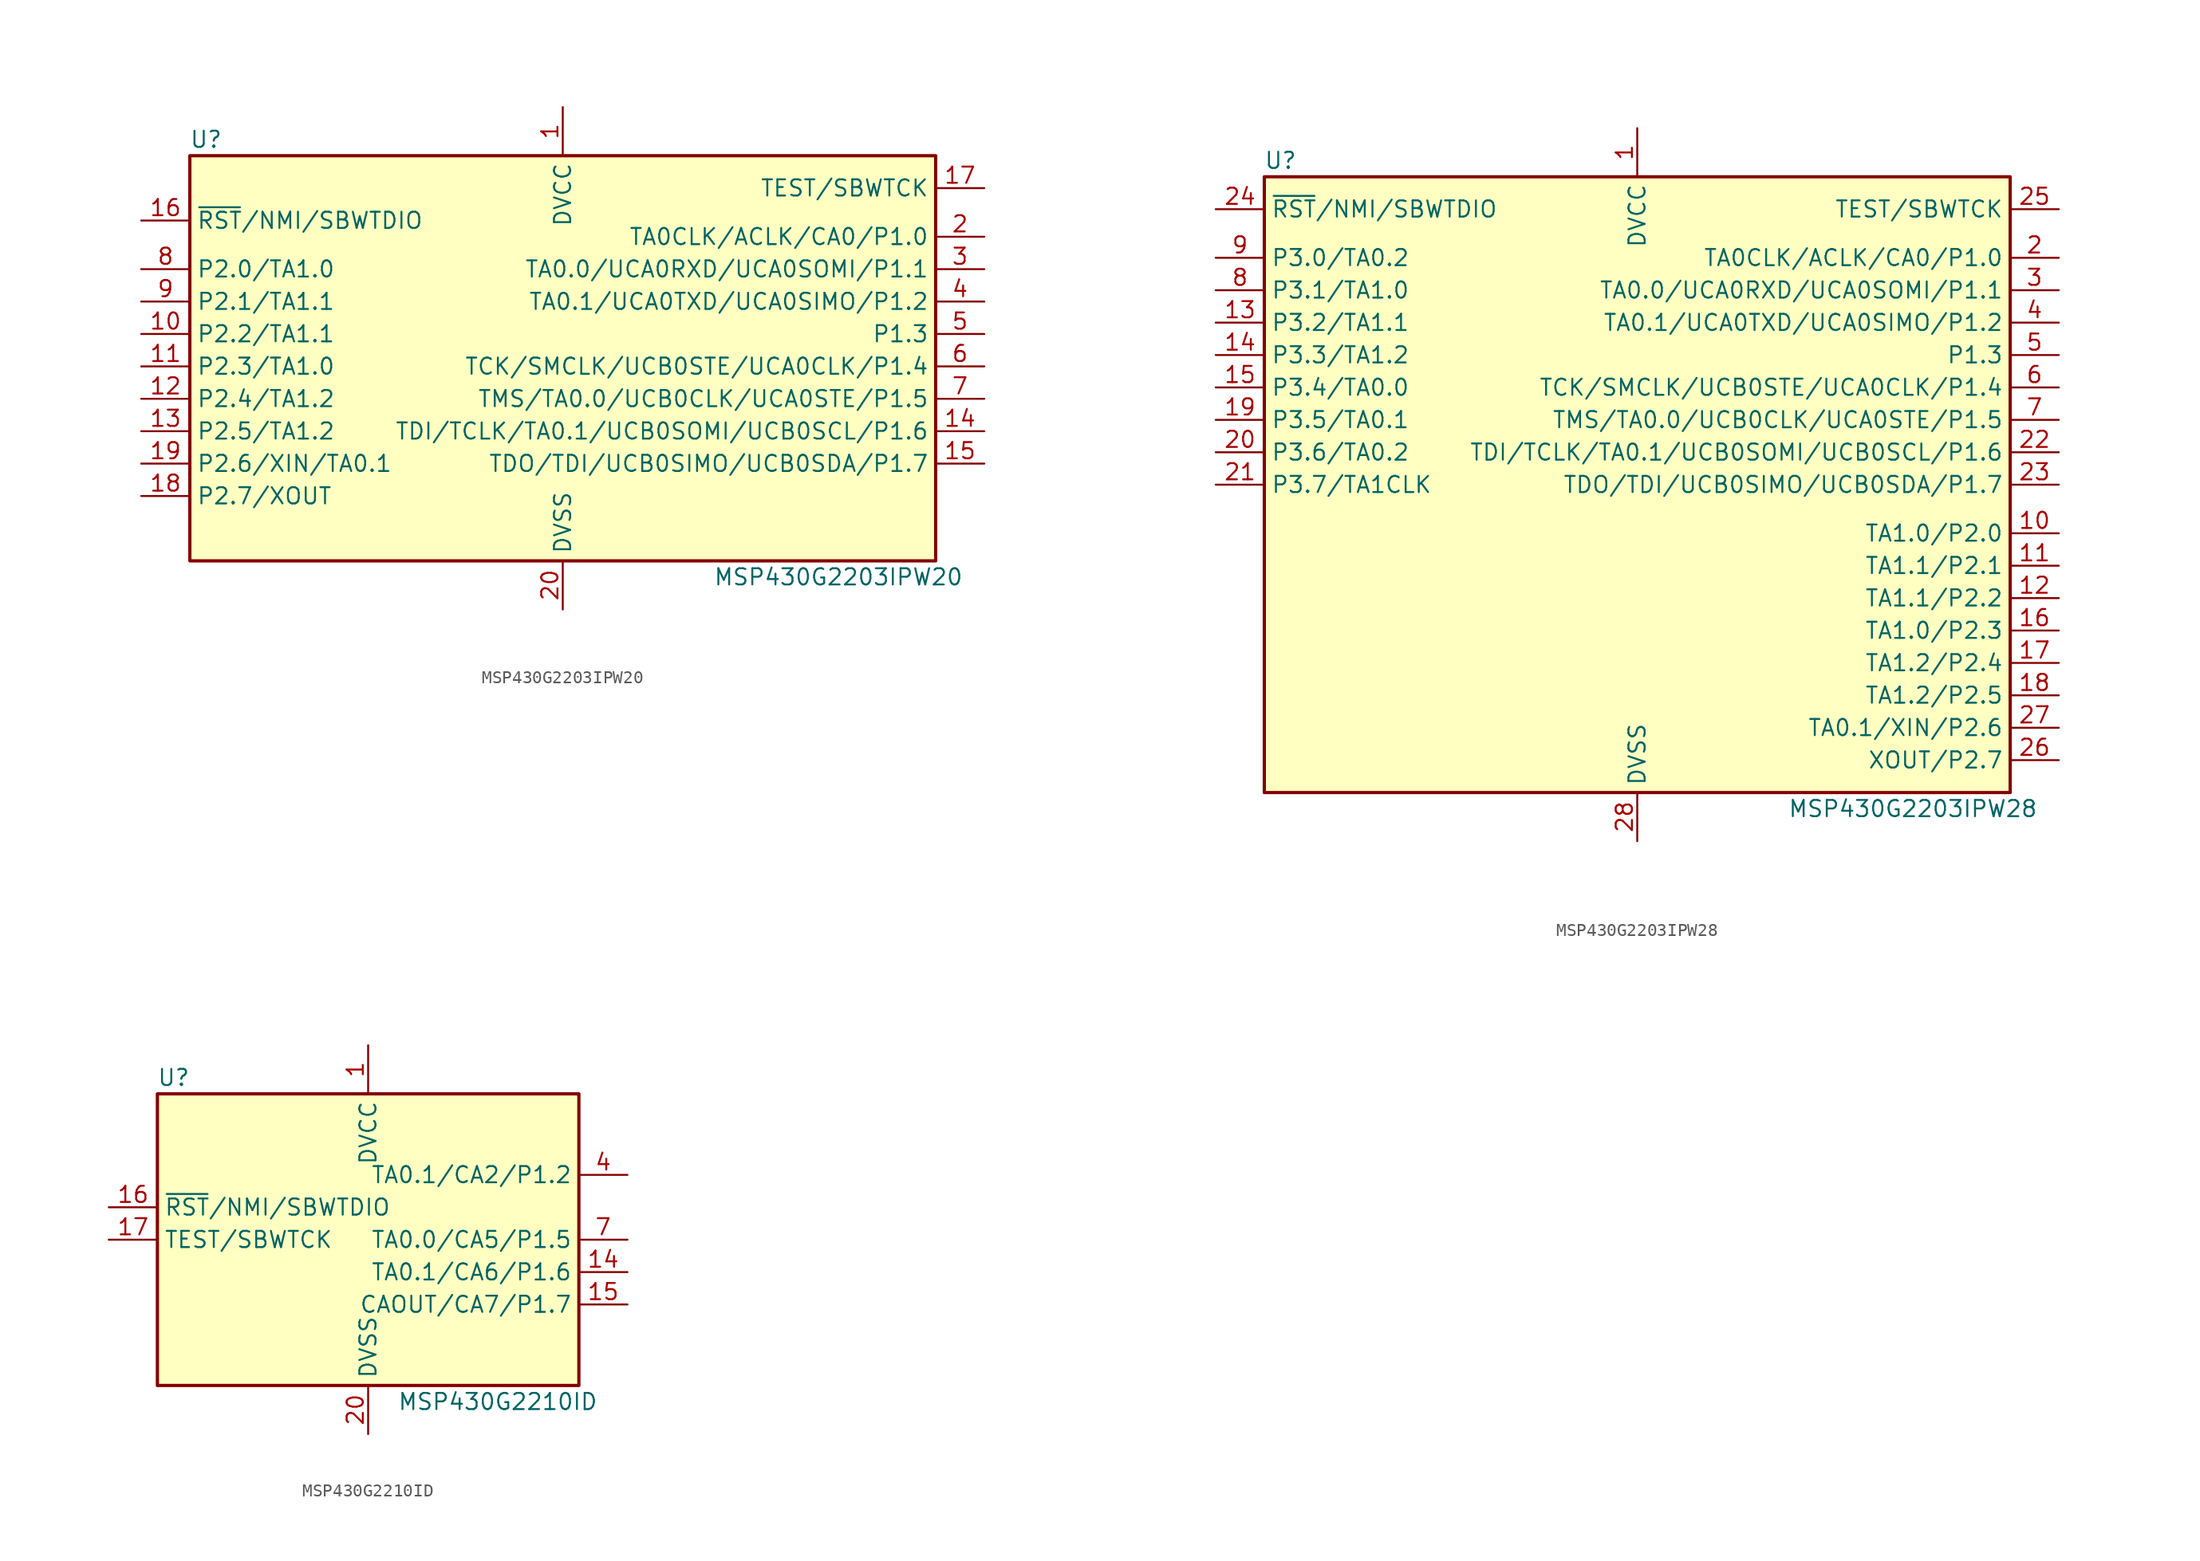
<source format=kicad_sym>
(kicad_symbol_lib
  (version 20220914)
  (generator kicad_symbol_editor)
  (symbol "MSP430G2203IPW20"
    (property "Reference" "U"
      (at -27.94 17.78 0)
      (effects (font (size 1.27 1.27))))
    (property "Value" "MSP430G2203IPW20"
      (at 21.59 -16.51 0)
      (effects (font (size 1.27 1.27))))
    (symbol "MSP430G2203IPW20_0_1"
      (rectangle (start -29.21 16.51) (end 29.21 -15.24) (stroke (width 0.254) (type default)) (fill (type background))))
    (symbol "MSP430G2203IPW20_1_1"
      (pin power_in line (at 0 20.32 270) (length 3.81) (name "DVCC" (effects (font (size 1.27 1.27)))) (number "1" (effects (font (size 1.27 1.27)))))
      (pin bidirectional line (at -33.02 2.54 0) (length 3.81) (name "P2.2/TA1.1" (effects (font (size 1.27 1.27)))) (number "10" (effects (font (size 1.27 1.27)))))
      (pin bidirectional line (at -33.02 0 0) (length 3.81) (name "P2.3/TA1.0" (effects (font (size 1.27 1.27)))) (number "11" (effects (font (size 1.27 1.27)))))
      (pin bidirectional line (at -33.02 -2.54 0) (length 3.81) (name "P2.4/TA1.2" (effects (font (size 1.27 1.27)))) (number "12" (effects (font (size 1.27 1.27)))))
      (pin bidirectional line (at -33.02 -5.08 0) (length 3.81) (name "P2.5/TA1.2" (effects (font (size 1.27 1.27)))) (number "13" (effects (font (size 1.27 1.27)))))
      (pin bidirectional line (at 33.02 -5.08 180) (length 3.81) (name "TDI/TCLK/TA0.1/UCB0SOMI/UCB0SCL/P1.6" (effects (font (size 1.27 1.27)))) (number "14" (effects (font (size 1.27 1.27)))))
      (pin bidirectional line (at 33.02 -7.62 180) (length 3.81) (name "TDO/TDI/UCB0SIMO/UCB0SDA/P1.7" (effects (font (size 1.27 1.27)))) (number "15" (effects (font (size 1.27 1.27)))))
      (pin input line (at -33.02 11.43 0) (length 3.81) (name "~{RST}/NMI/SBWTDIO" (effects (font (size 1.27 1.27)))) (number "16" (effects (font (size 1.27 1.27)))))
      (pin input line (at 33.02 13.97 180) (length 3.81) (name "TEST/SBWTCK" (effects (font (size 1.27 1.27)))) (number "17" (effects (font (size 1.27 1.27)))))
      (pin bidirectional line (at -33.02 -10.16 0) (length 3.81) (name "P2.7/XOUT" (effects (font (size 1.27 1.27)))) (number "18" (effects (font (size 1.27 1.27)))))
      (pin bidirectional line (at -33.02 -7.62 0) (length 3.81) (name "P2.6/XIN/TA0.1" (effects (font (size 1.27 1.27)))) (number "19" (effects (font (size 1.27 1.27)))))
      (pin bidirectional line (at 33.02 10.16 180) (length 3.81) (name "TA0CLK/ACLK/CA0/P1.0" (effects (font (size 1.27 1.27)))) (number "2" (effects (font (size 1.27 1.27)))))
      (pin power_in line (at 0 -19.05 90) (length 3.81) (name "DVSS" (effects (font (size 1.27 1.27)))) (number "20" (effects (font (size 1.27 1.27)))))
      (pin bidirectional line (at 33.02 7.62 180) (length 3.81) (name "TA0.0/UCA0RXD/UCA0SOMI/P1.1" (effects (font (size 1.27 1.27)))) (number "3" (effects (font (size 1.27 1.27)))))
      (pin bidirectional line (at 33.02 5.08 180) (length 3.81) (name "TA0.1/UCA0TXD/UCA0SIMO/P1.2" (effects (font (size 1.27 1.27)))) (number "4" (effects (font (size 1.27 1.27)))))
      (pin bidirectional line (at 33.02 2.54 180) (length 3.81) (name "P1.3" (effects (font (size 1.27 1.27)))) (number "5" (effects (font (size 1.27 1.27)))))
      (pin bidirectional line (at 33.02 0 180) (length 3.81) (name "TCK/SMCLK/UCB0STE/UCA0CLK/P1.4" (effects (font (size 1.27 1.27)))) (number "6" (effects (font (size 1.27 1.27)))))
      (pin bidirectional line (at 33.02 -2.54 180) (length 3.81) (name "TMS/TA0.0/UCB0CLK/UCA0STE/P1.5" (effects (font (size 1.27 1.27)))) (number "7" (effects (font (size 1.27 1.27)))))
      (pin bidirectional line (at -33.02 7.62 0) (length 3.81) (name "P2.0/TA1.0" (effects (font (size 1.27 1.27)))) (number "8" (effects (font (size 1.27 1.27)))))
      (pin bidirectional line (at -33.02 5.08 0) (length 3.81) (name "P2.1/TA1.1" (effects (font (size 1.27 1.27)))) (number "9" (effects (font (size 1.27 1.27)))))))
  (symbol "MSP430G2203IPW28"
    (property "Reference" "U"
      (at -27.94 25.4 0)
      (effects (font (size 1.27 1.27))))
    (property "Value" "MSP430G2203IPW28"
      (at 21.59 -25.4 0)
      (effects (font (size 1.27 1.27))))
    (symbol "MSP430G2203IPW28_0_1"
      (rectangle (start -29.21 24.13) (end 29.21 -24.13) (stroke (width 0.254) (type default)) (fill (type background))))
    (symbol "MSP430G2203IPW28_1_1"
      (pin power_in line (at 0 27.94 270) (length 3.81) (name "DVCC" (effects (font (size 1.27 1.27)))) (number "1" (effects (font (size 1.27 1.27)))))
      (pin bidirectional line (at 33.02 -3.81 180) (length 3.81) (name "TA1.0/P2.0" (effects (font (size 1.27 1.27)))) (number "10" (effects (font (size 1.27 1.27)))))
      (pin bidirectional line (at 33.02 -6.35 180) (length 3.81) (name "TA1.1/P2.1" (effects (font (size 1.27 1.27)))) (number "11" (effects (font (size 1.27 1.27)))))
      (pin bidirectional line (at 33.02 -8.89 180) (length 3.81) (name "TA1.1/P2.2" (effects (font (size 1.27 1.27)))) (number "12" (effects (font (size 1.27 1.27)))))
      (pin bidirectional line (at -33.02 12.7 0) (length 3.81) (name "P3.2/TA1.1" (effects (font (size 1.27 1.27)))) (number "13" (effects (font (size 1.27 1.27)))))
      (pin bidirectional line (at -33.02 10.16 0) (length 3.81) (name "P3.3/TA1.2" (effects (font (size 1.27 1.27)))) (number "14" (effects (font (size 1.27 1.27)))))
      (pin bidirectional line (at -33.02 7.62 0) (length 3.81) (name "P3.4/TA0.0" (effects (font (size 1.27 1.27)))) (number "15" (effects (font (size 1.27 1.27)))))
      (pin bidirectional line (at 33.02 -11.43 180) (length 3.81) (name "TA1.0/P2.3" (effects (font (size 1.27 1.27)))) (number "16" (effects (font (size 1.27 1.27)))))
      (pin bidirectional line (at 33.02 -13.97 180) (length 3.81) (name "TA1.2/P2.4" (effects (font (size 1.27 1.27)))) (number "17" (effects (font (size 1.27 1.27)))))
      (pin bidirectional line (at 33.02 -16.51 180) (length 3.81) (name "TA1.2/P2.5" (effects (font (size 1.27 1.27)))) (number "18" (effects (font (size 1.27 1.27)))))
      (pin bidirectional line (at -33.02 5.08 0) (length 3.81) (name "P3.5/TA0.1" (effects (font (size 1.27 1.27)))) (number "19" (effects (font (size 1.27 1.27)))))
      (pin bidirectional line (at 33.02 17.78 180) (length 3.81) (name "TA0CLK/ACLK/CA0/P1.0" (effects (font (size 1.27 1.27)))) (number "2" (effects (font (size 1.27 1.27)))))
      (pin bidirectional line (at -33.02 2.54 0) (length 3.81) (name "P3.6/TA0.2" (effects (font (size 1.27 1.27)))) (number "20" (effects (font (size 1.27 1.27)))))
      (pin bidirectional line (at -33.02 0 0) (length 3.81) (name "P3.7/TA1CLK" (effects (font (size 1.27 1.27)))) (number "21" (effects (font (size 1.27 1.27)))))
      (pin bidirectional line (at 33.02 2.54 180) (length 3.81) (name "TDI/TCLK/TA0.1/UCB0SOMI/UCB0SCL/P1.6" (effects (font (size 1.27 1.27)))) (number "22" (effects (font (size 1.27 1.27)))))
      (pin bidirectional line (at 33.02 0 180) (length 3.81) (name "TDO/TDI/UCB0SIMO/UCB0SDA/P1.7" (effects (font (size 1.27 1.27)))) (number "23" (effects (font (size 1.27 1.27)))))
      (pin input line (at -33.02 21.59 0) (length 3.81) (name "~{RST}/NMI/SBWTDIO" (effects (font (size 1.27 1.27)))) (number "24" (effects (font (size 1.27 1.27)))))
      (pin input line (at 33.02 21.59 180) (length 3.81) (name "TEST/SBWTCK" (effects (font (size 1.27 1.27)))) (number "25" (effects (font (size 1.27 1.27)))))
      (pin bidirectional line (at 33.02 -21.59 180) (length 3.81) (name "XOUT/P2.7" (effects (font (size 1.27 1.27)))) (number "26" (effects (font (size 1.27 1.27)))))
      (pin bidirectional line (at 33.02 -19.05 180) (length 3.81) (name "TA0.1/XIN/P2.6" (effects (font (size 1.27 1.27)))) (number "27" (effects (font (size 1.27 1.27)))))
      (pin power_in line (at 0 -27.94 90) (length 3.81) (name "DVSS" (effects (font (size 1.27 1.27)))) (number "28" (effects (font (size 1.27 1.27)))))
      (pin bidirectional line (at 33.02 15.24 180) (length 3.81) (name "TA0.0/UCA0RXD/UCA0SOMI/P1.1" (effects (font (size 1.27 1.27)))) (number "3" (effects (font (size 1.27 1.27)))))
      (pin bidirectional line (at 33.02 12.7 180) (length 3.81) (name "TA0.1/UCA0TXD/UCA0SIMO/P1.2" (effects (font (size 1.27 1.27)))) (number "4" (effects (font (size 1.27 1.27)))))
      (pin bidirectional line (at 33.02 10.16 180) (length 3.81) (name "P1.3" (effects (font (size 1.27 1.27)))) (number "5" (effects (font (size 1.27 1.27)))))
      (pin bidirectional line (at 33.02 7.62 180) (length 3.81) (name "TCK/SMCLK/UCB0STE/UCA0CLK/P1.4" (effects (font (size 1.27 1.27)))) (number "6" (effects (font (size 1.27 1.27)))))
      (pin bidirectional line (at 33.02 5.08 180) (length 3.81) (name "TMS/TA0.0/UCB0CLK/UCA0STE/P1.5" (effects (font (size 1.27 1.27)))) (number "7" (effects (font (size 1.27 1.27)))))
      (pin bidirectional line (at -33.02 15.24 0) (length 3.81) (name "P3.1/TA1.0" (effects (font (size 1.27 1.27)))) (number "8" (effects (font (size 1.27 1.27)))))
      (pin bidirectional line (at -33.02 17.78 0) (length 3.81) (name "P3.0/TA0.2" (effects (font (size 1.27 1.27)))) (number "9" (effects (font (size 1.27 1.27)))))))
  (symbol "MSP430G2210ID"
    (property "Reference" "U"
      (at -15.24 12.7 0)
      (effects (font (size 1.27 1.27))))
    (property "Value" "MSP430G2210ID"
      (at 10.16 -12.7 0)
      (effects (font (size 1.27 1.27))))
    (symbol "MSP430G2210ID_0_1"
      (rectangle (start -16.51 11.43) (end 16.51 -11.43) (stroke (width 0.254) (type default)) (fill (type background))))
    (symbol "MSP430G2210ID_1_1"
      (pin power_in line (at 0 15.24 270) (length 3.81) (name "DVCC" (effects (font (size 1.27 1.27)))) (number "1" (effects (font (size 1.27 1.27)))))
      (pin bidirectional line (at 20.32 -2.54 180) (length 3.81) (name "TA0.1/CA6/P1.6" (effects (font (size 1.27 1.27)))) (number "14" (effects (font (size 1.27 1.27)))))
      (pin bidirectional line (at 20.32 -5.08 180) (length 3.81) (name "CAOUT/CA7/P1.7" (effects (font (size 1.27 1.27)))) (number "15" (effects (font (size 1.27 1.27)))))
      (pin input line (at -20.32 2.54 0) (length 3.81) (name "~{RST}/NMI/SBWTDIO" (effects (font (size 1.27 1.27)))) (number "16" (effects (font (size 1.27 1.27)))))
      (pin input line (at -20.32 0 0) (length 3.81) (name "TEST/SBWTCK" (effects (font (size 1.27 1.27)))) (number "17" (effects (font (size 1.27 1.27)))))
      (pin power_in line (at 0 -15.24 90) (length 3.81) (name "DVSS" (effects (font (size 1.27 1.27)))) (number "20" (effects (font (size 1.27 1.27)))))
      (pin bidirectional line (at 20.32 5.08 180) (length 3.81) (name "TA0.1/CA2/P1.2" (effects (font (size 1.27 1.27)))) (number "4" (effects (font (size 1.27 1.27)))))
      (pin bidirectional line (at 20.32 0 180) (length 3.81) (name "TA0.0/CA5/P1.5" (effects (font (size 1.27 1.27)))) (number "7" (effects (font (size 1.27 1.27))))))))
</source>
